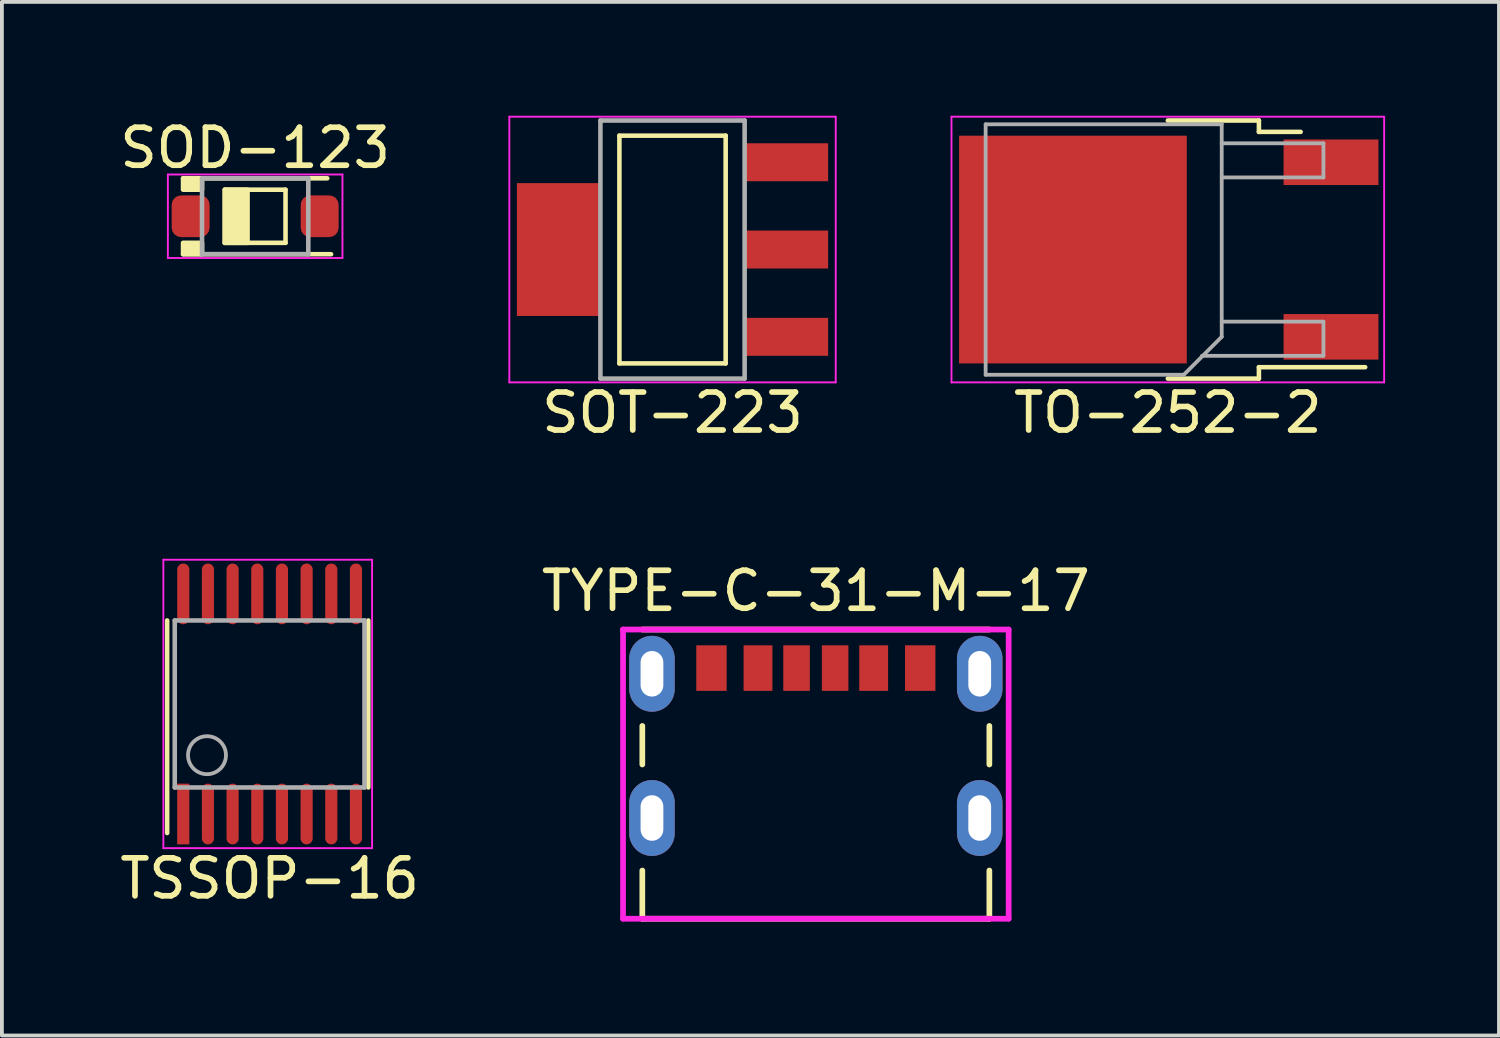
<source format=kicad_pcb>
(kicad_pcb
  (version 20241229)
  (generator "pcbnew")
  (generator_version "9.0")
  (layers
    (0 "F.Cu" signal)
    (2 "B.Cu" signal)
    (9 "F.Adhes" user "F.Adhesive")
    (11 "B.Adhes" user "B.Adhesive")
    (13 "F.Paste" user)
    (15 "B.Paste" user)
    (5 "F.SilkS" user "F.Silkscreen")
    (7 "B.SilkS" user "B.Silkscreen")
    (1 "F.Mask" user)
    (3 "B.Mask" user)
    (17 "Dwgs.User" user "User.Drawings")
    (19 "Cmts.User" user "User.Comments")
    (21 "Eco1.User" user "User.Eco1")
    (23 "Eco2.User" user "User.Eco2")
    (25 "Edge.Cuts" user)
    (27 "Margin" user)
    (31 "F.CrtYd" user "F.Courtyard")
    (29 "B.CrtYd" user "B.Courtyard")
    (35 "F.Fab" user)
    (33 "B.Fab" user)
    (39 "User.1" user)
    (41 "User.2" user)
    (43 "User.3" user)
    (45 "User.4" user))
  (footprint "TO-252-2"
    (layer "F.Cu")
    (at 27.72 3.525)
    (property "Reference" "TO-252-2" (at 0 4.3 0) (layer "F.SilkS") (effects (font (size 1 1) (thickness 0.15))))
    (attr through_hole)
    (fp_line (start 2.4 -3.4) (end 0 -3.4) (stroke (width 0.12) (type solid)) (layer "F.SilkS"))
    (fp_line (start 2.4 -3.1) (end 2.4 -3.4) (stroke (width 0.12) (type solid)) (layer "F.SilkS"))
    (fp_line (start 2.4 3.1) (end 2.4 3.4) (stroke (width 0.12) (type solid)) (layer "F.SilkS"))
    (fp_line (start 2.4 3.4) (end 0 3.4) (stroke (width 0.12) (type solid)) (layer "F.SilkS"))
    (fp_line (start 3.5 -3.1) (end 2.4 -3.1) (stroke (width 0.12) (type solid)) (layer "F.SilkS"))
    (fp_line (start 5.2 3.1) (end 2.4 3.1) (stroke (width 0.12) (type solid)) (layer "F.SilkS"))
    (fp_line (start -5.7 -3.5) (end 5.7 -3.5) (stroke (width 0.05) (type solid)) (layer "F.CrtYd"))
    (fp_line (start -5.7 3.5) (end -5.7 -3.5) (stroke (width 0.05) (type solid)) (layer "F.CrtYd"))
    (fp_line (start 5.7 -3.5) (end 5.7 3.5) (stroke (width 0.05) (type solid)) (layer "F.CrtYd"))
    (fp_line (start 5.7 3.5) (end -5.7 3.5) (stroke (width 0.05) (type solid)) (layer "F.CrtYd"))
    (fp_line (start -4.8 -3.3) (end 1.42 -3.3) (stroke (width 0.1) (type solid)) (layer "F.Fab"))
    (fp_line (start -4.8 3.3) (end -4.8 -3.3) (stroke (width 0.1) (type solid)) (layer "F.Fab"))
    (fp_line (start 0.42 3.3) (end -4.8 3.3) (stroke (width 0.1) (type solid)) (layer "F.Fab"))
    (fp_line (start 0.9 2.8) (end 4.1 2.8) (stroke (width 0.1) (type solid)) (layer "F.Fab"))
    (fp_line (start 1.42 -3.3) (end 1.42 2.3) (stroke (width 0.1) (type solid)) (layer "F.Fab"))
    (fp_line (start 1.42 -1.9) (end 4.1 -1.9) (stroke (width 0.1) (type solid)) (layer "F.Fab"))
    (fp_line (start 1.42 2.3) (end 0.42 3.3) (stroke (width 0.1) (type solid)) (layer "F.Fab"))
    (fp_line (start 4.1 -2.8) (end 1.42 -2.8) (stroke (width 0.1) (type solid)) (layer "F.Fab"))
    (fp_line (start 4.1 -1.9) (end 4.1 -2.8) (stroke (width 0.1) (type solid)) (layer "F.Fab"))
    (fp_line (start 4.1 1.9) (end 1.42 1.9) (stroke (width 0.1) (type solid)) (layer "F.Fab"))
    (fp_line (start 4.1 2.8) (end 4.1 1.9) (stroke (width 0.1) (type solid)) (layer "F.Fab"))
    (pad "1" smd rect (at 4.3 2.3 180) (size 2.5 1.2) (layers "F.Cu" "F.Mask" "F.Paste"))
    (pad "2" smd rect (at -2.5 0 180) (size 6 6) (layers "F.Cu" "F.Mask" "F.Paste"))
    (pad "3" smd rect (at 4.3 -2.3 180) (size 2.5 1.2) (layers "F.Cu" "F.Mask" "F.Paste")))
  (footprint "TSSOP-16"
    (layer "F.Cu")
    (at 4.054 15.498)
    (property "Reference" "TSSOP-16" (at 0 4.6 0) (layer "F.SilkS") (effects (font (size 1 1) (thickness 0.15))))
    (attr through_hole)
    (fp_line (start -2.7 3.4) (end -2.7 -2.2) (stroke (width 0.12) (type solid)) (layer "F.SilkS"))
    (fp_line (start 2.6 2.2) (end 2.6 -2.2) (stroke (width 0.12) (type solid)) (layer "F.SilkS"))
    (fp_line (start -2.8 -3.8) (end 2.7 -3.8) (stroke (width 0.05) (type solid)) (layer "F.CrtYd"))
    (fp_line (start -2.8 3.8) (end -2.8 -3.8) (stroke (width 0.05) (type solid)) (layer "F.CrtYd"))
    (fp_line (start 2.7 -3.8) (end 2.7 3.8) (stroke (width 0.05) (type solid)) (layer "F.CrtYd"))
    (fp_line (start 2.7 3.8) (end -2.8 3.8) (stroke (width 0.05) (type solid)) (layer "F.CrtYd"))
    (fp_line (start -2.5 -2.2) (end 2.5 -2.2) (stroke (width 0.12) (type solid)) (layer "F.Fab"))
    (fp_line (start -2.5 2.2) (end -2.5 -2.2) (stroke (width 0.12) (type solid)) (layer "F.Fab"))
    (fp_line (start -2.5 2.2) (end 2.5 2.2) (stroke (width 0.12) (type solid)) (layer "F.Fab"))
    (fp_line (start 2.5 2.2) (end 2.5 -2.2) (stroke (width 0.12) (type solid)) (layer "F.Fab"))
    (fp_circle (center -1.65 1.35) (end -1.15 1.35) (stroke (width 0.1) (type solid)) (fill no) (layer "F.Fab"))
    (pad "1" smd rect (at -2.275 2.9 180) (size 0.32 1.6) (layers "F.Cu" "F.Mask" "F.Paste"))
    (pad "2" smd oval (at -1.625 2.9 180) (size 0.32 1.6) (layers "F.Cu" "F.Mask" "F.Paste"))
    (pad "3" smd oval (at -0.975 2.9 180) (size 0.32 1.6) (layers "F.Cu" "F.Mask" "F.Paste"))
    (pad "4" smd oval (at -0.325 2.9 180) (size 0.32 1.6) (layers "F.Cu" "F.Mask" "F.Paste"))
    (pad "5" smd oval (at 0.325 2.9 180) (size 0.32 1.6) (layers "F.Cu" "F.Mask" "F.Paste"))
    (pad "6" smd oval (at 0.975 2.9 180) (size 0.32 1.6) (layers "F.Cu" "F.Mask" "F.Paste"))
    (pad "7" smd oval (at 1.625 2.9 180) (size 0.32 1.6) (layers "F.Cu" "F.Mask" "F.Paste"))
    (pad "8" smd oval (at 2.275 2.9 180) (size 0.32 1.6) (layers "F.Cu" "F.Mask" "F.Paste"))
    (pad "9" smd oval (at 2.275 -2.9 180) (size 0.32 1.6) (layers "F.Cu" "F.Mask" "F.Paste"))
    (pad "10" smd oval (at 1.625 -2.9 180) (size 0.32 1.6) (layers "F.Cu" "F.Mask" "F.Paste"))
    (pad "11" smd oval (at 0.975 -2.9 180) (size 0.32 1.6) (layers "F.Cu" "F.Mask" "F.Paste"))
    (pad "12" smd oval (at 0.325 -2.9 180) (size 0.32 1.6) (layers "F.Cu" "F.Mask" "F.Paste"))
    (pad "13" smd oval (at -0.325 -2.9 180) (size 0.32 1.6) (layers "F.Cu" "F.Mask" "F.Paste"))
    (pad "14" smd oval (at -0.975 -2.9 180) (size 0.32 1.6) (layers "F.Cu" "F.Mask" "F.Paste"))
    (pad "15" smd oval (at -1.625 -2.9 180) (size 0.32 1.6) (layers "F.Cu" "F.Mask" "F.Paste"))
    (pad "16" smd oval (at -2.275 -2.9 180) (size 0.32 1.6) (layers "F.Cu" "F.Mask" "F.Paste")))
  (footprint "TYPE-C-31-M-17"
    (layer "F.Cu")
    (at 18.446 14.553)
    (property "Reference" "TYPE-C-31-M-17" (at 0 -2.032 0) (layer "F.SilkS") (effects (font (size 1 1) (thickness 0.15))))
    (attr through_hole)
    (fp_line (start -4.572 -1.016) (end 4.572 -1.016) (stroke (width 0.15) (type solid)) (layer "F.SilkS"))
    (fp_line (start -4.572 1.524) (end -4.572 2.54) (stroke (width 0.15) (type solid)) (layer "F.SilkS"))
    (fp_line (start -4.572 5.334) (end -4.572 6.604) (stroke (width 0.15) (type solid)) (layer "F.SilkS"))
    (fp_line (start -4.572 6.604) (end 4.572 6.604) (stroke (width 0.15) (type solid)) (layer "F.SilkS"))
    (fp_line (start 4.572 1.524) (end 4.572 2.54) (stroke (width 0.15) (type solid)) (layer "F.SilkS"))
    (fp_line (start 4.572 6.604) (end 4.572 5.334) (stroke (width 0.15) (type solid)) (layer "F.SilkS"))
    (fp_line (start -5.08 -1.016) (end 5.08 -1.016) (stroke (width 0.15) (type solid)) (layer "F.CrtYd"))
    (fp_line (start -5.08 6.604) (end -5.08 -1.016) (stroke (width 0.15) (type solid)) (layer "F.CrtYd"))
    (fp_line (start 5.08 -1.016) (end 5.08 6.604) (stroke (width 0.15) (type solid)) (layer "F.CrtYd"))
    (fp_line (start 5.08 6.604) (end -5.08 6.604) (stroke (width 0.15) (type solid)) (layer "F.CrtYd"))
    (pad "A5" smd rect (at 0.508 0) (size 0.7 1.2) (layers "F.Cu" "F.Mask" "F.Paste"))
    (pad "A9" smd rect (at 1.524 0) (size 0.76 1.2) (layers "F.Cu" "F.Mask" "F.Paste"))
    (pad "A12" smd rect (at 2.75 0) (size 0.8 1.2) (layers "F.Cu" "F.Mask" "F.Paste"))
    (pad "B5" smd rect (at -0.508 0) (size 0.7 1.2) (layers "F.Cu" "F.Mask" "F.Paste"))
    (pad "B9" smd rect (at -1.524 0) (size 0.76 1.2) (layers "F.Cu" "F.Mask" "F.Paste"))
    (pad "B12" smd rect (at -2.75 0) (size 0.8 1.2) (layers "F.Cu" "F.Mask" "F.Paste"))
    (pad "S1" thru_hole oval (at -4.318 0.15) (size 1.2 2) (drill oval 0.6 1.2) (layers "*.Cu" "*.Mask"))
    (pad "S1" thru_hole oval (at -4.318 3.95) (size 1.2 2) (drill oval 0.6 1.2) (layers "*.Cu" "*.Mask"))
    (pad "S1" thru_hole oval (at 4.318 0.15) (size 1.2 2) (drill oval 0.6 1.2) (layers "*.Cu" "*.Mask"))
    (pad "S1" thru_hole oval (at 4.318 3.95) (size 1.2 2) (drill oval 0.6 1.2) (layers "*.Cu" "*.Mask")))
  (footprint "SOT-223"
    (layer "F.Cu")
    (at 14.67 3.525)
    (property "Reference" "SOT-223" (at 0 4.3 0) (layer "F.SilkS") (effects (font (size 1 1) (thickness 0.15))))
    (attr through_hole)
    (fp_line (start -1.4 -3) (end 1.4 -3) (stroke (width 0.12) (type solid)) (layer "F.SilkS"))
    (fp_line (start -1.4 3) (end -1.4 -3) (stroke (width 0.12) (type solid)) (layer "F.SilkS"))
    (fp_line (start -1.4 3) (end 1.4 3) (stroke (width 0.12) (type solid)) (layer "F.SilkS"))
    (fp_line (start 1.4 3) (end 1.4 -3) (stroke (width 0.12) (type solid)) (layer "F.SilkS"))
    (fp_line (start -4.3 -3.5) (end 4.3 -3.5) (stroke (width 0.05) (type solid)) (layer "F.CrtYd"))
    (fp_line (start -4.3 3.5) (end -4.3 -3.5) (stroke (width 0.05) (type solid)) (layer "F.CrtYd"))
    (fp_line (start 4.3 -3.5) (end 4.3 3.5) (stroke (width 0.05) (type solid)) (layer "F.CrtYd"))
    (fp_line (start 4.3 3.5) (end -4.3 3.5) (stroke (width 0.05) (type solid)) (layer "F.CrtYd"))
    (fp_line (start -1.9 -3.4) (end 1.9 -3.4) (stroke (width 0.12) (type solid)) (layer "F.Fab"))
    (fp_line (start -1.9 3.4) (end -1.9 -3.4) (stroke (width 0.12) (type solid)) (layer "F.Fab"))
    (fp_line (start -1.9 3.4) (end 1.9 3.4) (stroke (width 0.12) (type solid)) (layer "F.Fab"))
    (fp_line (start 1.9 3.4) (end 1.9 -3.4) (stroke (width 0.12) (type solid)) (layer "F.Fab"))
    (pad "1" smd rect (at 3 2.3 270) (size 1 2.2) (layers "F.Cu" "F.Mask" "F.Paste"))
    (pad "2" smd rect (at -3 0 270) (size 3.5 2.2) (layers "F.Cu" "F.Mask" "F.Paste"))
    (pad "2" smd rect (at 3 0 270) (size 1 2.2) (layers "F.Cu" "F.Mask" "F.Paste"))
    (pad "3" smd rect (at 3 -2.3 270) (size 1 2.2) (layers "F.Cu" "F.Mask" "F.Paste")))
  (footprint "SOD-123"
    (layer "F.Cu")
    (at 3.673 2.648)
    (property "Reference" "SOD-123" (at 0 -1.8 0) (layer "F.SilkS") (effects (font (size 1 1) (thickness 0.15))))
    (attr through_hole)
    (fp_line (start -1.9 -1) (end 1.9 -1) (stroke (width 0.12) (type solid)) (layer "F.SilkS"))
    (fp_line (start -1.9 1) (end 2 1) (stroke (width 0.12) (type solid)) (layer "F.SilkS"))
    (fp_line (start -0.8 -0.7) (end 0.8 -0.7) (stroke (width 0.12) (type solid)) (layer "F.SilkS"))
    (fp_line (start -0.8 0.7) (end -0.8 -0.7) (stroke (width 0.12) (type solid)) (layer "F.SilkS"))
    (fp_line (start -0.8 0.7) (end 0.8 0.7) (stroke (width 0.12) (type solid)) (layer "F.SilkS"))
    (fp_line (start 0.8 0.7) (end 0.8 -0.7) (stroke (width 0.12) (type solid)) (layer "F.SilkS"))
    (fp_poly (pts (xy -1.9 -1) (xy -1.4 -1) (xy -1.4 -0.7) (xy -1.9 -0.7)) (stroke (width 0.12) (type solid)) (fill yes) (layer "F.SilkS"))
    (fp_poly (pts (xy -1.9 1) (xy -1.9 0.7) (xy -1.4 0.7) (xy -1.4 1)) (stroke (width 0.12) (type solid)) (fill yes) (layer "F.SilkS"))
    (fp_poly (pts (xy -0.8 -0.7) (xy -0.2 -0.7) (xy -0.2 0.7) (xy -0.8 0.7)) (stroke (width 0.12) (type solid)) (fill yes) (layer "F.SilkS"))
    (fp_line (start -2.3 -1.1) (end 2.3 -1.1) (stroke (width 0.05) (type solid)) (layer "F.CrtYd"))
    (fp_line (start -2.3 1.1) (end -2.3 -1.1) (stroke (width 0.05) (type solid)) (layer "F.CrtYd"))
    (fp_line (start 2.3 -1.1) (end 2.3 1.1) (stroke (width 0.05) (type solid)) (layer "F.CrtYd"))
    (fp_line (start 2.3 1.1) (end -2.3 1.1) (stroke (width 0.05) (type solid)) (layer "F.CrtYd"))
    (fp_line (start -1.4 -1) (end 1.4 -1) (stroke (width 0.12) (type solid)) (layer "F.Fab"))
    (fp_line (start -1.4 1) (end -1.4 -1) (stroke (width 0.12) (type solid)) (layer "F.Fab"))
    (fp_line (start -1.4 1) (end 1.4 1) (stroke (width 0.12) (type solid)) (layer "F.Fab"))
    (fp_line (start 1.4 1) (end 1.4 -1) (stroke (width 0.12) (type solid)) (layer "F.Fab"))
    (pad "1" smd roundrect (at -1.7 0) (size 1 1.1) (layers "F.Cu" "F.Mask" "F.Paste") (roundrect_rratio 0.25))
    (pad "2" smd roundrect (at 1.7 0) (size 1 1.1) (layers "F.Cu" "F.Mask" "F.Paste") (roundrect_rratio 0.25)))
  (gr_rect
    (start -3 -3)
    (end 36.445 24.233)
    (stroke (width 0.1) (type default))
    (fill no)
    (layer "Edge.Cuts")))
</source>
